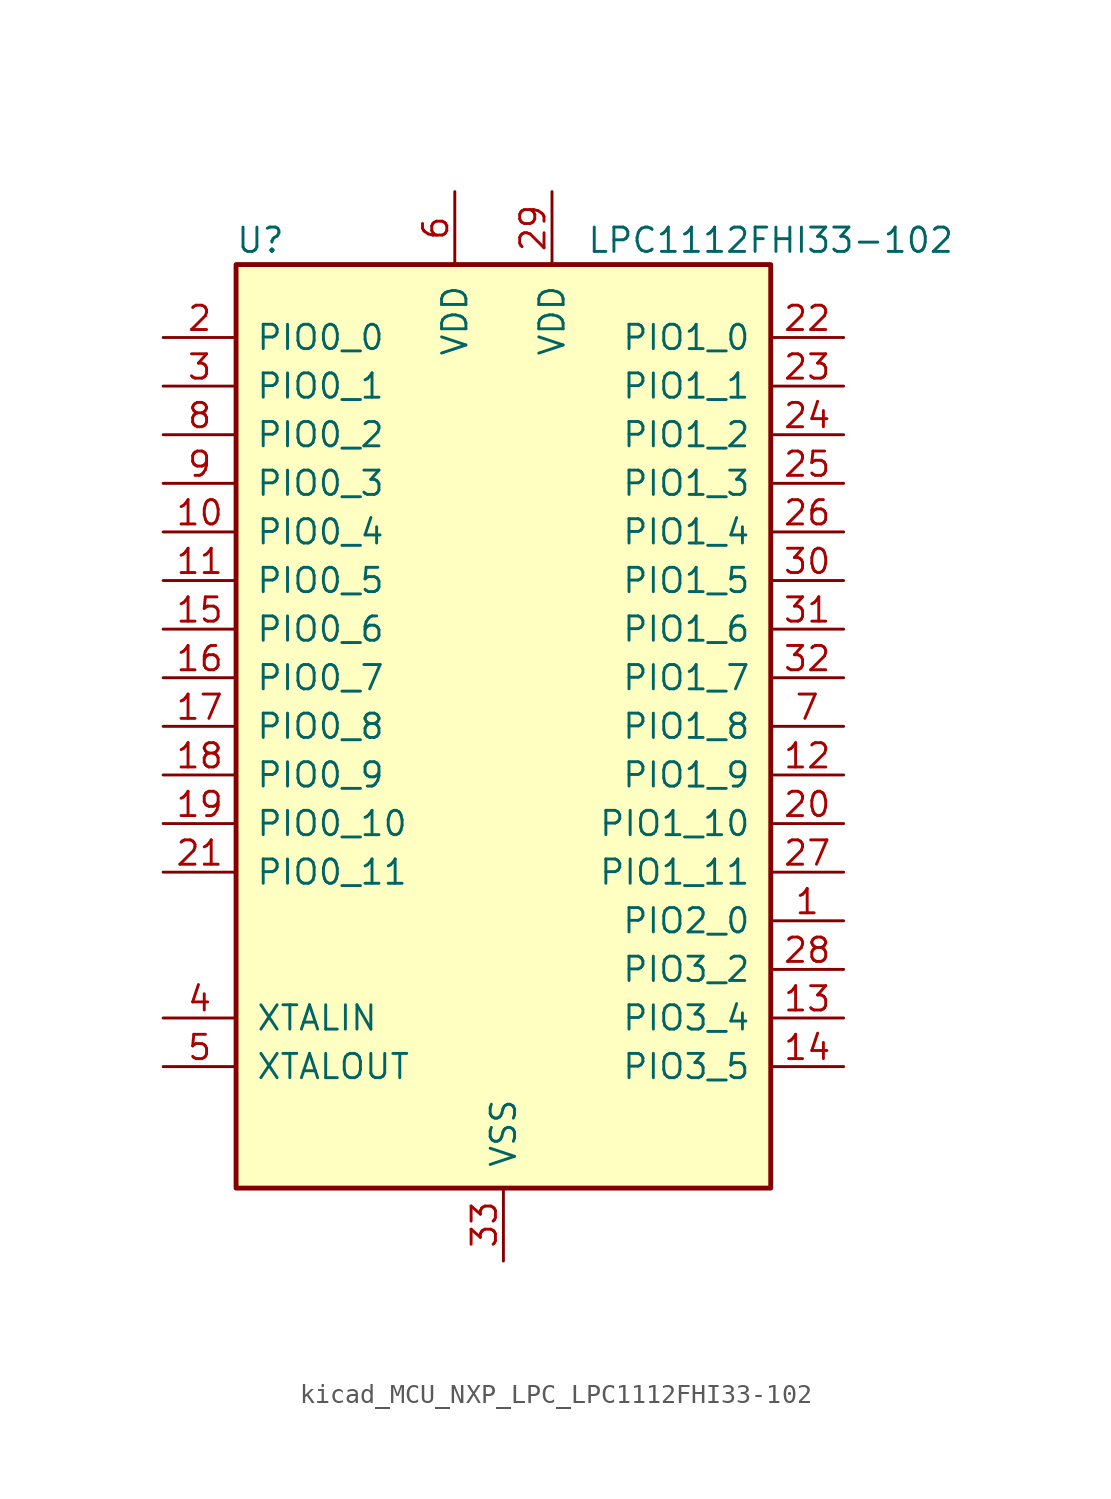
<source format=kicad_sym>
(kicad_symbol_lib
  (version 20220914)
  (generator kicad_symbol_editor)
  (symbol "kicad_MCU_NXP_LPC_LPC1112FHI33-102"
    (pin_names
      (offset 1.016))
    (property "Reference" "U"
      (at -12.7 25.4 0)
      (effects (font (size 1.27 1.27))))
    (property "Value" "LPC1112FHI33-102"
      (at 13.97 25.4 0)
      (effects (font (size 1.27 1.27))))
    (symbol "kicad_MCU_NXP_LPC_LPC1112FHI33-102_0_1"
      (rectangle (start -13.97 24.13) (end 13.97 -24.13) (stroke (width 0.254) (type default)) (fill (type background))))
    (symbol "kicad_MCU_NXP_LPC_LPC1112FHI33-102_1_1"
      (pin bidirectional line (at 17.78 -10.16 180) (length 3.81) (name "PIO2_0" (effects (font (size 1.27 1.27)))) (number "1" (effects (font (size 1.27 1.27)))))
      (pin bidirectional line (at -17.78 10.16 0) (length 3.81) (name "PIO0_4" (effects (font (size 1.27 1.27)))) (number "10" (effects (font (size 1.27 1.27)))))
      (pin bidirectional line (at -17.78 7.62 0) (length 3.81) (name "PIO0_5" (effects (font (size 1.27 1.27)))) (number "11" (effects (font (size 1.27 1.27)))))
      (pin bidirectional line (at 17.78 -2.54 180) (length 3.81) (name "PIO1_9" (effects (font (size 1.27 1.27)))) (number "12" (effects (font (size 1.27 1.27)))))
      (pin bidirectional line (at 17.78 -15.24 180) (length 3.81) (name "PIO3_4" (effects (font (size 1.27 1.27)))) (number "13" (effects (font (size 1.27 1.27)))))
      (pin bidirectional line (at 17.78 -17.78 180) (length 3.81) (name "PIO3_5" (effects (font (size 1.27 1.27)))) (number "14" (effects (font (size 1.27 1.27)))))
      (pin bidirectional line (at -17.78 5.08 0) (length 3.81) (name "PIO0_6" (effects (font (size 1.27 1.27)))) (number "15" (effects (font (size 1.27 1.27)))))
      (pin bidirectional line (at -17.78 2.54 0) (length 3.81) (name "PIO0_7" (effects (font (size 1.27 1.27)))) (number "16" (effects (font (size 1.27 1.27)))))
      (pin bidirectional line (at -17.78 0 0) (length 3.81) (name "PIO0_8" (effects (font (size 1.27 1.27)))) (number "17" (effects (font (size 1.27 1.27)))))
      (pin bidirectional line (at -17.78 -2.54 0) (length 3.81) (name "PIO0_9" (effects (font (size 1.27 1.27)))) (number "18" (effects (font (size 1.27 1.27)))))
      (pin bidirectional line (at -17.78 -5.08 0) (length 3.81) (name "PIO0_10" (effects (font (size 1.27 1.27)))) (number "19" (effects (font (size 1.27 1.27)))))
      (pin bidirectional line (at -17.78 20.32 0) (length 3.81) (name "PIO0_0" (effects (font (size 1.27 1.27)))) (number "2" (effects (font (size 1.27 1.27)))))
      (pin bidirectional line (at 17.78 -5.08 180) (length 3.81) (name "PIO1_10" (effects (font (size 1.27 1.27)))) (number "20" (effects (font (size 1.27 1.27)))))
      (pin bidirectional line (at -17.78 -7.62 0) (length 3.81) (name "PIO0_11" (effects (font (size 1.27 1.27)))) (number "21" (effects (font (size 1.27 1.27)))))
      (pin bidirectional line (at 17.78 20.32 180) (length 3.81) (name "PIO1_0" (effects (font (size 1.27 1.27)))) (number "22" (effects (font (size 1.27 1.27)))))
      (pin bidirectional line (at 17.78 17.78 180) (length 3.81) (name "PIO1_1" (effects (font (size 1.27 1.27)))) (number "23" (effects (font (size 1.27 1.27)))))
      (pin bidirectional line (at 17.78 15.24 180) (length 3.81) (name "PIO1_2" (effects (font (size 1.27 1.27)))) (number "24" (effects (font (size 1.27 1.27)))))
      (pin bidirectional line (at 17.78 12.7 180) (length 3.81) (name "PIO1_3" (effects (font (size 1.27 1.27)))) (number "25" (effects (font (size 1.27 1.27)))))
      (pin bidirectional line (at 17.78 10.16 180) (length 3.81) (name "PIO1_4" (effects (font (size 1.27 1.27)))) (number "26" (effects (font (size 1.27 1.27)))))
      (pin bidirectional line (at 17.78 -7.62 180) (length 3.81) (name "PIO1_11" (effects (font (size 1.27 1.27)))) (number "27" (effects (font (size 1.27 1.27)))))
      (pin bidirectional line (at 17.78 -12.7 180) (length 3.81) (name "PIO3_2" (effects (font (size 1.27 1.27)))) (number "28" (effects (font (size 1.27 1.27)))))
      (pin power_in line (at 2.54 27.94 270) (length 3.81) (name "VDD" (effects (font (size 1.27 1.27)))) (number "29" (effects (font (size 1.27 1.27)))))
      (pin bidirectional line (at -17.78 17.78 0) (length 3.81) (name "PIO0_1" (effects (font (size 1.27 1.27)))) (number "3" (effects (font (size 1.27 1.27)))))
      (pin bidirectional line (at 17.78 7.62 180) (length 3.81) (name "PIO1_5" (effects (font (size 1.27 1.27)))) (number "30" (effects (font (size 1.27 1.27)))))
      (pin bidirectional line (at 17.78 5.08 180) (length 3.81) (name "PIO1_6" (effects (font (size 1.27 1.27)))) (number "31" (effects (font (size 1.27 1.27)))))
      (pin bidirectional line (at 17.78 2.54 180) (length 3.81) (name "PIO1_7" (effects (font (size 1.27 1.27)))) (number "32" (effects (font (size 1.27 1.27)))))
      (pin power_in line (at 0 -27.94 90) (length 3.81) (name "VSS" (effects (font (size 1.27 1.27)))) (number "33" (effects (font (size 1.27 1.27)))))
      (pin input line (at -17.78 -15.24 0) (length 3.81) (name "XTALIN" (effects (font (size 1.27 1.27)))) (number "4" (effects (font (size 1.27 1.27)))))
      (pin output line (at -17.78 -17.78 0) (length 3.81) (name "XTALOUT" (effects (font (size 1.27 1.27)))) (number "5" (effects (font (size 1.27 1.27)))))
      (pin power_in line (at -2.54 27.94 270) (length 3.81) (name "VDD" (effects (font (size 1.27 1.27)))) (number "6" (effects (font (size 1.27 1.27)))))
      (pin bidirectional line (at 17.78 0 180) (length 3.81) (name "PIO1_8" (effects (font (size 1.27 1.27)))) (number "7" (effects (font (size 1.27 1.27)))))
      (pin bidirectional line (at -17.78 15.24 0) (length 3.81) (name "PIO0_2" (effects (font (size 1.27 1.27)))) (number "8" (effects (font (size 1.27 1.27)))))
      (pin bidirectional line (at -17.78 12.7 0) (length 3.81) (name "PIO0_3" (effects (font (size 1.27 1.27)))) (number "9" (effects (font (size 1.27 1.27))))))))
</source>
